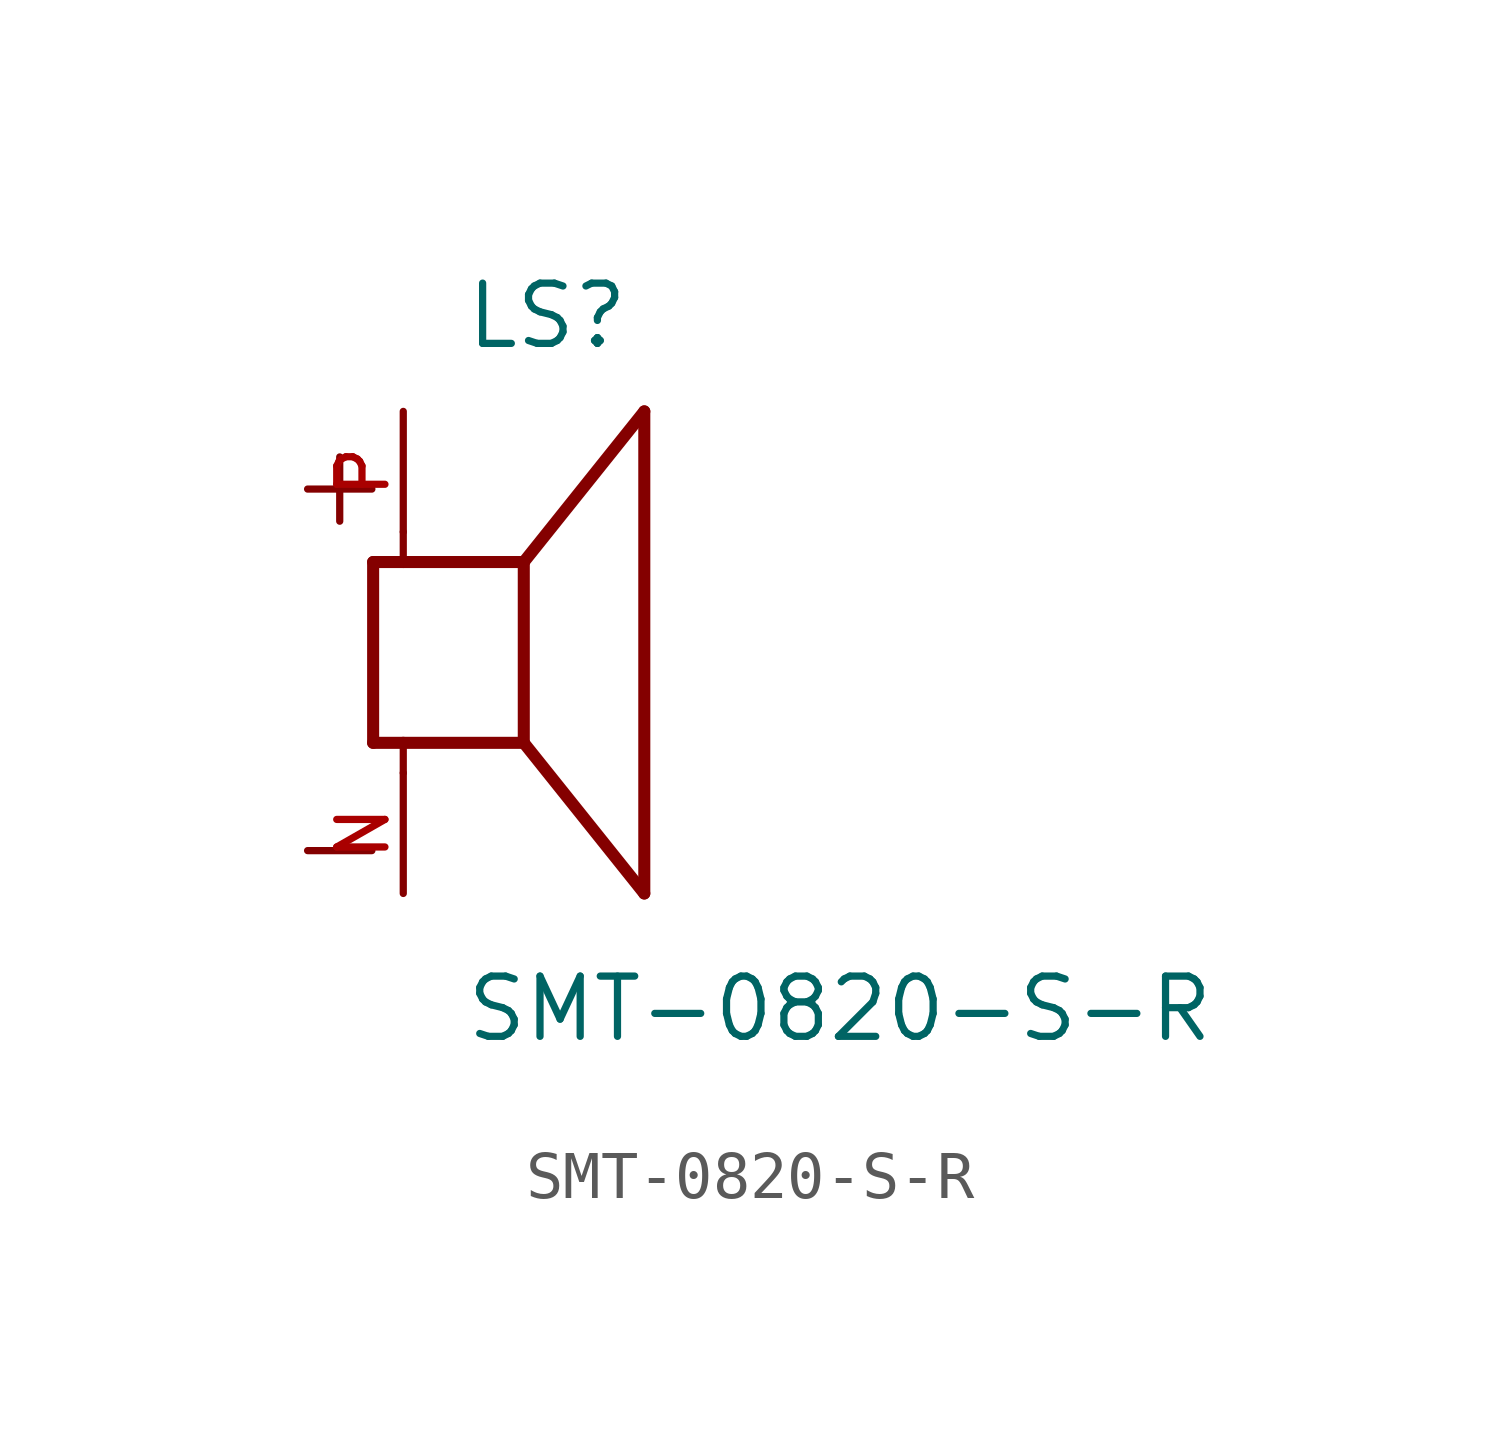
<source format=kicad_sym>
(kicad_symbol_lib
  (version 20211014)
  (generator kicad_symbol_editor)
  (symbol "SMT-0820-S-R"
    (pin_names
      (offset 1.016))
    (property "Reference" "LS"
      (at -1.27 6.35 0)
      (effects (font (size 1.27 1.27)) (justify bottom left)))
    (property "Value" "SMT-0820-S-R"
      (at -1.27 -8.255 0)
      (effects (font (size 1.27 1.27)) (justify bottom left)))
    (symbol "SMT-0820-S-R_0_0"
      (polyline (pts (xy -3.175 1.905) (xy -3.175 -1.905)) (stroke (width 0.254)))
      (polyline (pts (xy -3.175 -1.905) (xy -2.54 -1.905)) (stroke (width 0.254)))
      (polyline (pts (xy 0.0 -1.905) (xy 0.0 1.905)) (stroke (width 0.254)))
      (polyline (pts (xy -3.175 1.905) (xy -2.54 1.905)) (stroke (width 0.254)))
      (polyline (pts (xy 0.0 -1.905) (xy 2.54 -5.08)) (stroke (width 0.254)))
      (polyline (pts (xy 2.54 -5.08) (xy 2.54 5.08)) (stroke (width 0.254)))
      (polyline (pts (xy 0.0 1.905) (xy 2.54 5.08)) (stroke (width 0.254)))
      (polyline (pts (xy -2.54 -2.54) (xy -2.54 -1.905)) (stroke (width 0.152)))
      (polyline (pts (xy -2.54 -1.905) (xy 0.0 -1.905)) (stroke (width 0.254)))
      (polyline (pts (xy -2.54 2.54) (xy -2.54 1.905)) (stroke (width 0.152)))
      (polyline (pts (xy -2.54 1.905) (xy 0.0 1.905)) (stroke (width 0.254)))
      (text "+" (at -5.08 2.54 0) (effects (font (size 1.778 1.778)) (justify bottom left)))
      (text "-" (at -5.08 -5.08 0) (effects (font (size 1.778 1.778)) (justify bottom left)))
      (pin passive line (at -2.54 -5.08 90.0) (length 2.54) (name "~" (effects (font (size 1.016 1.016)))) (number "N" (effects (font (size 1.016 1.016)))))
      (pin passive line (at -2.54 5.08 270.0) (length 2.54) (name "~" (effects (font (size 1.016 1.016)))) (number "P" (effects (font (size 1.016 1.016))))))))
</source>
